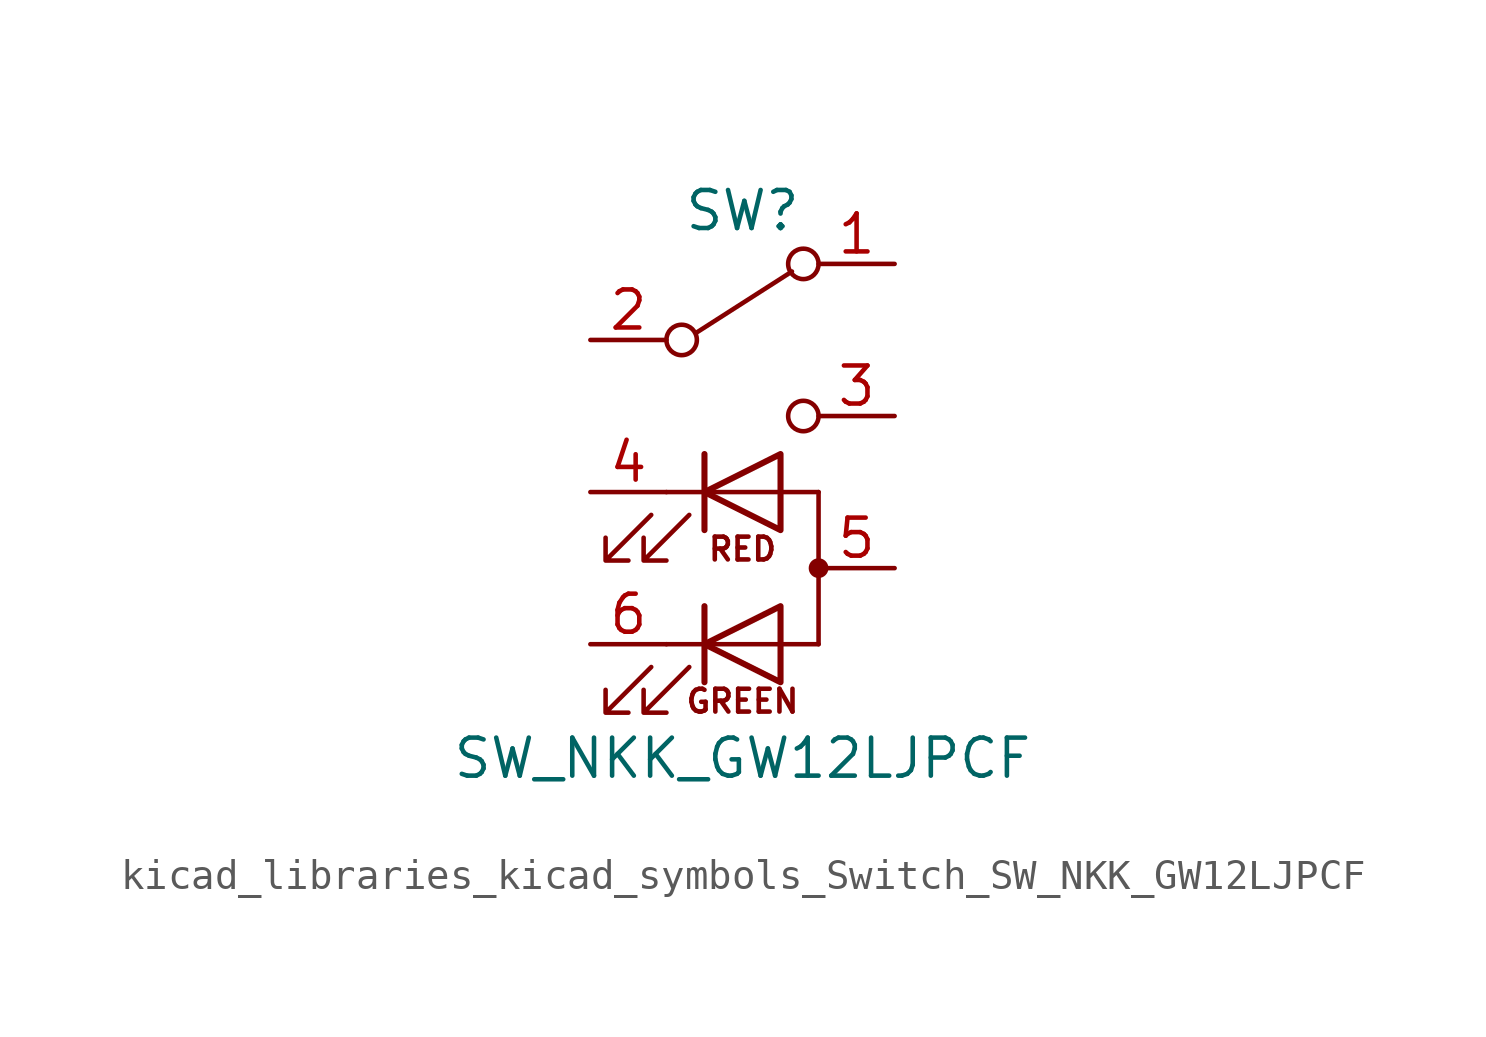
<source format=kicad_sym>
(kicad_symbol_lib
  (version 20220914)
  (generator kicad_symbol_editor)
  (symbol "kicad_libraries_kicad_symbols_Switch_SW_NKK_GW12LJPCF"
    (pin_names
      (offset 1.016) hide)
    (property "Reference" "SW"
      (at 0 9.398 0)
      (effects (font (size 1.27 1.27))))
    (property "Value" "SW_NKK_GW12LJPCF"
      (at 0 -8.89 0)
      (effects (font (size 1.27 1.27))))
    (symbol "kicad_libraries_kicad_symbols_Switch_SW_NKK_GW12LJPCF_0_0"
      (circle (center -2.032 5.08) (radius 0.508) (stroke (width 0) (type default)) (fill (type none)))
      (polyline (pts (xy -2.54 -5.08) (xy 2.54 -5.08)) (stroke (width 0) (type default)) (fill (type none)))
      (polyline (pts (xy -2.54 0) (xy 2.54 0)) (stroke (width 0) (type default)) (fill (type none)))
      (circle (center 2.032 2.54) (radius 0.508) (stroke (width 0) (type default)) (fill (type none)))
      (text "GREEN" (at 0 -6.985 0) (effects (font (size 0.762 0.762))))
      (text "RED" (at 0 -1.905 0) (effects (font (size 0.762 0.762)))))
    (symbol "kicad_libraries_kicad_symbols_Switch_SW_NKK_GW12LJPCF_0_1"
      (polyline (pts (xy -1.524 5.334) (xy 1.651 7.366)) (stroke (width 0) (type default)) (fill (type none)))
      (polyline (pts (xy -1.27 -6.35) (xy -1.27 -3.81)) (stroke (width 0.203) (type default)) (fill (type none)))
      (polyline (pts (xy -1.27 -1.27) (xy -1.27 1.27)) (stroke (width 0.203) (type default)) (fill (type none)))
      (polyline (pts (xy 2.54 0) (xy 2.54 -5.08)) (stroke (width 0) (type default)) (fill (type none)))
      (polyline (pts (xy 1.27 -6.35) (xy 1.27 -3.81) (xy -1.27 -5.08) (xy 1.27 -6.35)) (stroke (width 0.203) (type default)) (fill (type none)))
      (polyline (pts (xy 1.27 -1.27) (xy 1.27 1.27) (xy -1.27 0) (xy 1.27 -1.27)) (stroke (width 0.203) (type default)) (fill (type none)))
      (polyline (pts (xy -3.048 -5.842) (xy -4.572 -7.366) (xy -3.81 -7.366) (xy -4.572 -7.366) (xy -4.572 -6.604)) (stroke (width 0) (type default)) (fill (type none)))
      (polyline (pts (xy -3.048 -0.762) (xy -4.572 -2.286) (xy -3.81 -2.286) (xy -4.572 -2.286) (xy -4.572 -1.524)) (stroke (width 0) (type default)) (fill (type none)))
      (polyline (pts (xy -1.778 -5.842) (xy -3.302 -7.366) (xy -2.54 -7.366) (xy -3.302 -7.366) (xy -3.302 -6.604)) (stroke (width 0) (type default)) (fill (type none)))
      (polyline (pts (xy -1.778 -0.762) (xy -3.302 -2.286) (xy -2.54 -2.286) (xy -3.302 -2.286) (xy -3.302 -1.524)) (stroke (width 0) (type default)) (fill (type none)))
      (circle (center 2.032 7.62) (radius 0.508) (stroke (width 0) (type default)) (fill (type none)))
      (circle (center 2.54 -2.54) (radius 0.254) (stroke (width 0) (type default)) (fill (type outline)))
      (pin passive line (at -5.08 0 0) (length 2.54) (name "KR" (effects (font (size 1.27 1.27)))) (number "4" (effects (font (size 1.27 1.27)))))
      (pin passive line (at 5.08 -2.54 180) (length 2.54) (name "A" (effects (font (size 1.27 1.27)))) (number "5" (effects (font (size 1.27 1.27)))))
      (pin passive line (at -5.08 -5.08 0) (length 2.54) (name "KG" (effects (font (size 1.27 1.27)))) (number "6" (effects (font (size 1.27 1.27))))))
    (symbol "kicad_libraries_kicad_symbols_Switch_SW_NKK_GW12LJPCF_1_1"
      (pin passive line (at 5.08 7.62 180) (length 2.54) (name "A" (effects (font (size 1.27 1.27)))) (number "1" (effects (font (size 1.27 1.27)))))
      (pin passive line (at -5.08 5.08 0) (length 2.54) (name "B" (effects (font (size 1.27 1.27)))) (number "2" (effects (font (size 1.27 1.27)))))
      (pin passive line (at 5.08 2.54 180) (length 2.54) (name "C" (effects (font (size 1.27 1.27)))) (number "3" (effects (font (size 1.27 1.27))))))))
</source>
